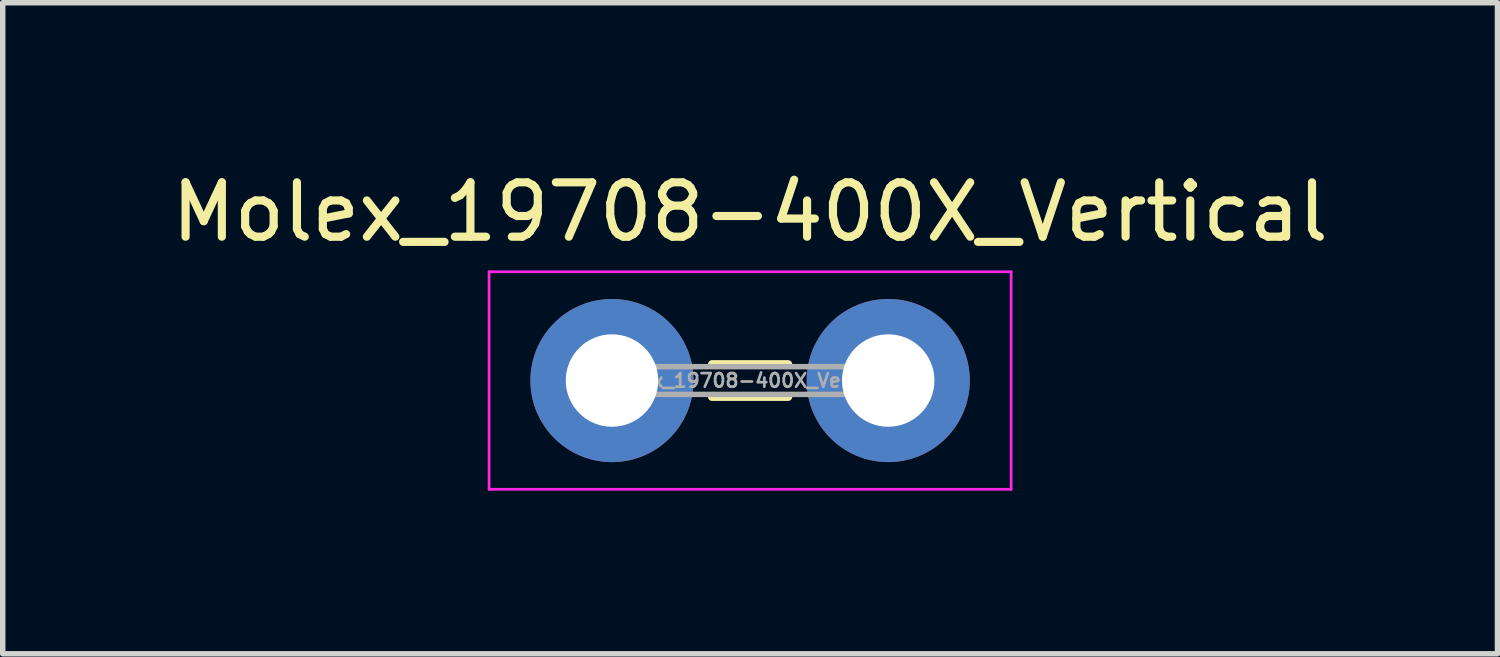
<source format=kicad_pcb>
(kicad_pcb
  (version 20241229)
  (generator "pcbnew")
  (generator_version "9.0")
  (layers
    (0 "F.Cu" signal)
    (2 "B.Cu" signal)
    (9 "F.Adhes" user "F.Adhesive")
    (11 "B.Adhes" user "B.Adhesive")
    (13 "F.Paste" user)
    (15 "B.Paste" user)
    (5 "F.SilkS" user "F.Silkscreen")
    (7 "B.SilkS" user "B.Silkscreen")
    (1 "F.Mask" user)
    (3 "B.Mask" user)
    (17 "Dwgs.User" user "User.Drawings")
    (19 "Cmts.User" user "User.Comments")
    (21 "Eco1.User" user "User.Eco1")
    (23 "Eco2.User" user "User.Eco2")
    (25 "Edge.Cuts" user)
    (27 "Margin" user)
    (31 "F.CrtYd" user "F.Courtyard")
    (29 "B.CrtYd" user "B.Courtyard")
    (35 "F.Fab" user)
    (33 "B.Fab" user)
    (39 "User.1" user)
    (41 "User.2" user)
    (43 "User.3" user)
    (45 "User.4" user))
  (footprint "Molex_19708-400X_Vertical"
    (layer "F.Cu")
    (at 8.204 3.948)
    (property "Reference" "Molex_19708-400X_Vertical" (at 2.54 -3.1 0) (layer "F.SilkS") (effects (font (size 1 1) (thickness 0.15))))
    (attr through_hole)
    (fp_line (start 1.84 -0.3) (end 3.24 -0.3) (stroke (width 0.15) (type solid)) (layer "F.SilkS"))
    (fp_line (start 1.84 0.3) (end 3.24 0.3) (stroke (width 0.15) (type solid)) (layer "F.SilkS"))
    (fp_line (start -2.26 -2) (end -2.26 2) (stroke (width 0.05) (type solid)) (layer "F.CrtYd"))
    (fp_line (start -2.26 2) (end 7.34 2) (stroke (width 0.05) (type solid)) (layer "F.CrtYd"))
    (fp_line (start 7.34 -2) (end -2.26 -2) (stroke (width 0.05) (type solid)) (layer "F.CrtYd"))
    (fp_line (start 7.34 2) (end 7.34 -2) (stroke (width 0.05) (type solid)) (layer "F.CrtYd"))
    (fp_line (start -0.61 -0.255) (end -0.61 0.255) (stroke (width 0.1) (type solid)) (layer "F.Fab"))
    (fp_line (start -0.61 0.255) (end 5.69 0.255) (stroke (width 0.1) (type solid)) (layer "F.Fab"))
    (fp_line (start 5.69 -0.255) (end -0.61 -0.255) (stroke (width 0.1) (type solid)) (layer "F.Fab"))
    (fp_line (start 5.69 0.255) (end 5.69 -0.255) (stroke (width 0.1) (type solid)) (layer "F.Fab"))
    (fp_text user "${REFERENCE}" (at 2.54 0 0) (layer "F.Fab") (effects (font (size 0.25 0.25) (thickness 0.05))))
    (pad "1" thru_hole circle (at 0 0) (size 3 3) (drill 1.7) (layers "*.Cu" "*.Mask"))
    (pad "1" thru_hole circle (at 5.08 0) (size 3 3) (drill 1.7) (layers "*.Cu" "*.Mask")))
  (gr_rect
    (start -3 -3)
    (end 24.488 8.973)
    (stroke (width 0.1) (type default))
    (fill no)
    (layer "Edge.Cuts")))
</source>
